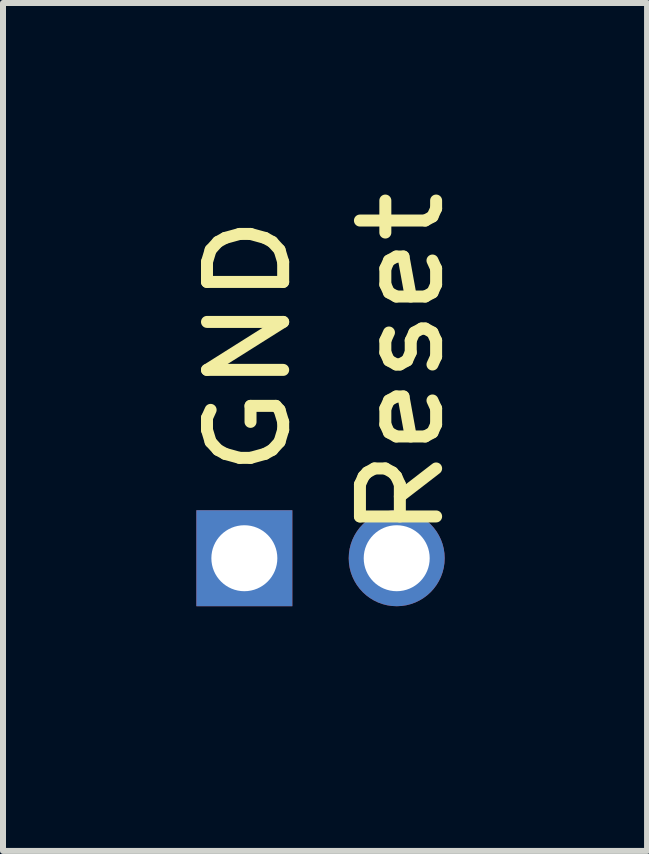
<source format=kicad_pcb>
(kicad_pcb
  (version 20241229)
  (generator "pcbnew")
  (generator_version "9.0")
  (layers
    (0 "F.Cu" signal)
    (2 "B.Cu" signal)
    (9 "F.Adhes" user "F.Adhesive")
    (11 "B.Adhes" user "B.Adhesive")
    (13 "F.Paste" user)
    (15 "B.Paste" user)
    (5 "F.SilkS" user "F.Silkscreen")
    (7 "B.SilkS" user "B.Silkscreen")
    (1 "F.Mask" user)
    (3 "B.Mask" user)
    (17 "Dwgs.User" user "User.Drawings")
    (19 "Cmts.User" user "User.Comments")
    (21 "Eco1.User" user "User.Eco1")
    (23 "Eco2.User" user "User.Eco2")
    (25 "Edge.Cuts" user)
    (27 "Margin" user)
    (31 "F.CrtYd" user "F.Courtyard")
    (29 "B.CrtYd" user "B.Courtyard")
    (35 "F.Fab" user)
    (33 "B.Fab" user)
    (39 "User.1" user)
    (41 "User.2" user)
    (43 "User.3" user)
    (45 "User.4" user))
  (footprint "Reset"
    (layer "F.Cu")
    (at 2.384 7.887)
    (property "Reference" "Reset" (at 1.26 -4.86 90) (layer "F.SilkS") (effects (font (size 1.27 1.4) (thickness 0.2))))
    (attr through_hole)
    (fp_text user "GND" (at -1.29 -5.17 90) (layer "F.SilkS") (effects (font (size 1.27 1.4) (thickness 0.2))))
    (pad "1" thru_hole rect (at -1.36 -1.63) (size 1.6 1.6) (drill 1.1) (layers "*.Cu" "*.Mask"))
    (pad "2" thru_hole circle (at 1.18 -1.63) (size 1.6 1.6) (drill 1.1) (layers "*.Cu" "*.Mask")))
  (gr_rect
    (start -3 -3)
    (end 7.738 11.137)
    (stroke (width 0.1) (type default))
    (fill no)
    (layer "Edge.Cuts")))
</source>
